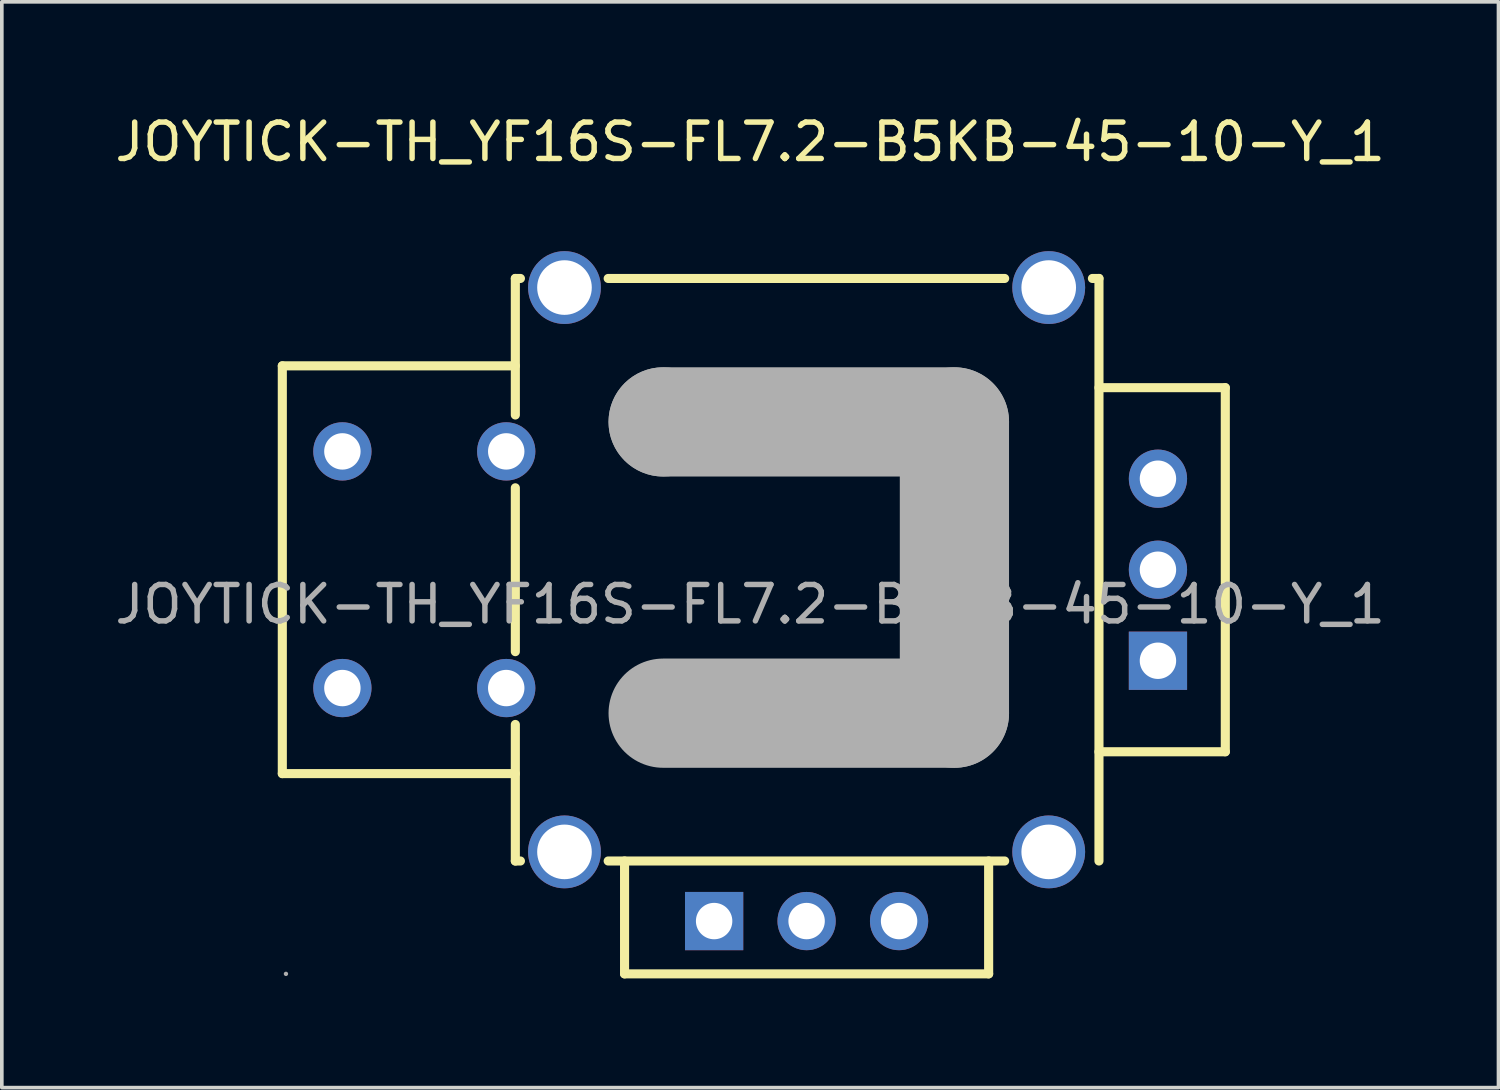
<source format=kicad_pcb>
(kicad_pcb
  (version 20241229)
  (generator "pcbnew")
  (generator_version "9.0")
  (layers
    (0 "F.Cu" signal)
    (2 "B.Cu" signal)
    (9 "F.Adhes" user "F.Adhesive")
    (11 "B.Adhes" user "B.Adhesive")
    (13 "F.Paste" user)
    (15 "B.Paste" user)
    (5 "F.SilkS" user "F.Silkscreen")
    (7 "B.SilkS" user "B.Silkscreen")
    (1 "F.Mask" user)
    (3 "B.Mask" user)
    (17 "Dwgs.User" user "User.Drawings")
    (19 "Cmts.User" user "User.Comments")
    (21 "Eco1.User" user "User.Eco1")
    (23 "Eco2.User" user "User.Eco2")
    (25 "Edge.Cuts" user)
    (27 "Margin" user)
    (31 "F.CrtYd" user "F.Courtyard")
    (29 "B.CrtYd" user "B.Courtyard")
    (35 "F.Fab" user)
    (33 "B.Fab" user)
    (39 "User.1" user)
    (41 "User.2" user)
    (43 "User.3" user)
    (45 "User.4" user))
  (footprint "JOYTICK-TH_YF16S-FL7.2-B5KB-45-10-Y_1"
    (layer "F.Cu")
    (at 17.554 13.548)
    (property "Reference" "JOYTICK-TH_YF16S-FL7.2-B5KB-45-10-Y_1" (at 0 -12.7 0) (layer "F.SilkS") (effects (font (size 1 1) (thickness 0.15))))
    (attr through_hole)
    (fp_line (start -12.85 -6.55) (end -12.85 4.65) (stroke (width 0.25) (type solid)) (layer "F.SilkS"))
    (fp_line (start -12.85 -6.55) (end -6.45 -6.55) (stroke (width 0.25) (type solid)) (layer "F.SilkS"))
    (fp_line (start -12.85 4.65) (end -6.45 4.65) (stroke (width 0.25) (type solid)) (layer "F.SilkS"))
    (fp_line (start -6.45 -8.95) (end -6.45 -5.2) (stroke (width 0.25) (type solid)) (layer "F.SilkS"))
    (fp_line (start -6.45 -3.2) (end -6.45 1.3) (stroke (width 0.25) (type solid)) (layer "F.SilkS"))
    (fp_line (start -6.45 3.3) (end -6.45 7.05) (stroke (width 0.25) (type solid)) (layer "F.SilkS"))
    (fp_line (start -6.45 7.05) (end -6.31 7.05) (stroke (width 0.25) (type solid)) (layer "F.SilkS"))
    (fp_line (start -6.31 -8.95) (end -6.45 -8.95) (stroke (width 0.25) (type solid)) (layer "F.SilkS"))
    (fp_line (start -3.9 7.05) (end 6.99 7.05) (stroke (width 0.25) (type solid)) (layer "F.SilkS"))
    (fp_line (start -3.45 10.15) (end -3.45 7.05) (stroke (width 0.25) (type solid)) (layer "F.SilkS"))
    (fp_line (start 6.55 10.15) (end -3.45 10.15) (stroke (width 0.25) (type solid)) (layer "F.SilkS"))
    (fp_line (start 6.55 10.15) (end 6.55 7.05) (stroke (width 0.25) (type solid)) (layer "F.SilkS"))
    (fp_line (start 6.99 -8.95) (end -3.9 -8.95) (stroke (width 0.25) (type solid)) (layer "F.SilkS"))
    (fp_line (start 9.4 -8.95) (end 9.58 -8.95) (stroke (width 0.25) (type solid)) (layer "F.SilkS"))
    (fp_line (start 9.58 -8.95) (end 9.58 7.05) (stroke (width 0.25) (type solid)) (layer "F.SilkS"))
    (fp_line (start 13.05 -5.95) (end 9.58 -5.95) (stroke (width 0.25) (type solid)) (layer "F.SilkS"))
    (fp_line (start 13.05 -5.95) (end 13.05 4.05) (stroke (width 0.25) (type solid)) (layer "F.SilkS"))
    (fp_line (start 13.05 4.05) (end 9.58 4.05) (stroke (width 0.25) (type solid)) (layer "F.SilkS"))
    (fp_line (start -2.39 -5.01) (end -2.39 -5.01) (stroke (width 3) (type solid)) (layer "F.Fab"))
    (fp_line (start -2.39 -5.01) (end 5.61 -5.01) (stroke (width 3) (type solid)) (layer "F.Fab"))
    (fp_line (start 5.61 -5.01) (end 5.61 2.99) (stroke (width 3) (type solid)) (layer "F.Fab"))
    (fp_line (start 5.61 2.99) (end -2.39 2.99) (stroke (width 3) (type solid)) (layer "F.Fab"))
    (fp_circle (center -12.75 10.15) (end -12.72 10.15) (stroke (width 0.06) (type solid)) (fill no) (layer "F.Fab"))
    (fp_text user "${REFERENCE}" (at 0 0 0) (layer "F.Fab") (effects (font (size 1 1) (thickness 0.15))))
    (pad "1" thru_hole rect (at -0.99 8.7) (size 1.6 1.6) (drill 1) (layers "*.Cu" "*.Mask"))
    (pad "2" thru_hole circle (at 1.55 8.7) (size 1.6 1.6) (drill 1) (layers "*.Cu" "*.Mask"))
    (pad "3" thru_hole circle (at 4.09 8.7) (size 1.6 1.6) (drill 1) (layers "*.Cu" "*.Mask"))
    (pad "4" thru_hole rect (at 11.2 1.55) (size 1.6 1.6) (drill 1) (layers "*.Cu" "*.Mask"))
    (pad "5" thru_hole circle (at 11.2 -0.95) (size 1.6 1.6) (drill 1) (layers "*.Cu" "*.Mask"))
    (pad "6" thru_hole circle (at 11.2 -3.45) (size 1.6 1.6) (drill 1) (layers "*.Cu" "*.Mask"))
    (pad "7" thru_hole circle (at -11.2 -4.2) (size 1.6 1.6) (drill 1) (layers "*.Cu" "*.Mask"))
    (pad "7" thru_hole circle (at -11.2 2.3) (size 1.6 1.6) (drill 1) (layers "*.Cu" "*.Mask"))
    (pad "8" thru_hole circle (at -6.7 -4.2) (size 1.6 1.6) (drill 1) (layers "*.Cu" "*.Mask"))
    (pad "8" thru_hole circle (at -6.7 2.3) (size 1.6 1.6) (drill 1) (layers "*.Cu" "*.Mask"))
    (pad "9" thru_hole circle (at -5.1 -8.7) (size 2 2) (drill 1.5) (layers "*.Cu" "*.Mask"))
    (pad "10" thru_hole circle (at 8.2 -8.7) (size 2 2) (drill 1.5) (layers "*.Cu" "*.Mask"))
    (pad "11" thru_hole circle (at 8.2 6.8) (size 2 2) (drill 1.5) (layers "*.Cu" "*.Mask"))
    (pad "12" thru_hole circle (at -5.1 6.8) (size 2 2) (drill 1.5) (layers "*.Cu" "*.Mask")))
  (gr_rect
    (start -3 -3)
    (end 38.107 26.823)
    (stroke (width 0.1) (type default))
    (fill no)
    (layer "Edge.Cuts")))
</source>
